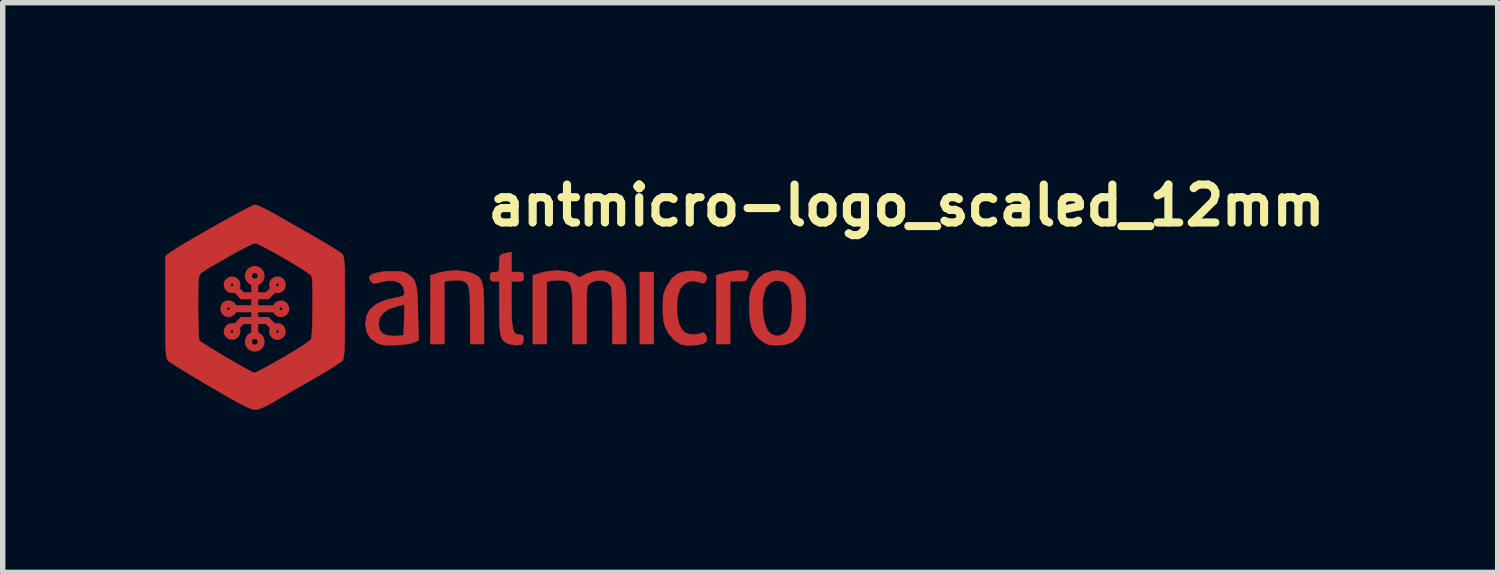
<source format=kicad_pcb>
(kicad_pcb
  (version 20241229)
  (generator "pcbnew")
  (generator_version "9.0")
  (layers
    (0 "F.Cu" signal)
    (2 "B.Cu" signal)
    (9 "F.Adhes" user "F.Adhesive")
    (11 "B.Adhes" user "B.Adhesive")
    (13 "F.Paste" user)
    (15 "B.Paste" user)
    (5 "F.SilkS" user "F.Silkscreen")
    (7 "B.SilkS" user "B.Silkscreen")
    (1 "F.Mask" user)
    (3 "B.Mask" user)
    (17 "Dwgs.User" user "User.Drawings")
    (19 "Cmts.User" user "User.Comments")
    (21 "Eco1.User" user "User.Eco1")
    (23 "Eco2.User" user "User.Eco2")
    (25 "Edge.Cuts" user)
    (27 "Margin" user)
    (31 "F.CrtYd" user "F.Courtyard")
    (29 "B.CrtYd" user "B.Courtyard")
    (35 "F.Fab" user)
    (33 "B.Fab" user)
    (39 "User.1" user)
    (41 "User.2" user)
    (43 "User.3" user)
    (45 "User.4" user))
  (footprint "antmicro-logo_scaled_12mm"
    (layer "F.Cu")
    (at 5.883 2.65)
    (property "Reference" "antmicro-logo_scaled_12mm" (at 0 -1.5 0) (layer "F.SilkS") (effects (font (size 0.7 0.7) (thickness 0.15)) (justify left bottom)))
    (attr board_only exclude_from_pos_files exclude_from_bom allow_missing_courtyard allow_soldermask_bridges)
    (fp_line (start -4.625 -0.002) (end -4.269 -0.002) (stroke (width 0.13) (type solid)) (layer "F.Cu"))
    (fp_line (start -4.46 -0.241) (end -4.587 -0.368) (stroke (width 0.13) (type solid)) (layer "F.Cu"))
    (fp_line (start -4.46 -0.241) (end -4.231 -0.241) (stroke (width 0.13) (type solid)) (layer "F.Cu"))
    (fp_line (start -4.46 0.216) (end -4.587 0.343) (stroke (width 0.13) (type solid)) (layer "F.Cu"))
    (fp_line (start -4.46 0.216) (end -4.231 0.216) (stroke (width 0.13) (type solid)) (layer "F.Cu"))
    (fp_line (start -4.231 -0.492) (end -4.231 0.496) (stroke (width 0.13) (type solid)) (layer "F.Cu"))
    (fp_line (start -4.002 -0.241) (end -4.231 -0.241) (stroke (width 0.13) (type solid)) (layer "F.Cu"))
    (fp_line (start -4.002 -0.241) (end -3.875 -0.368) (stroke (width 0.13) (type solid)) (layer "F.Cu"))
    (fp_line (start -4.002 0.216) (end -4.231 0.216) (stroke (width 0.13) (type solid)) (layer "F.Cu"))
    (fp_line (start -4.002 0.216) (end -3.875 0.343) (stroke (width 0.13) (type solid)) (layer "F.Cu"))
    (fp_line (start -3.837 0) (end -4.193 0) (stroke (width 0.13) (type solid)) (layer "F.Cu"))
    (fp_circle (center -4.714 -0.002) (end -4.625 -0.002) (stroke (width 0.13) (type solid)) (fill no) (layer "F.Cu"))
    (fp_circle (center -4.65 -0.444) (end -4.561 -0.444) (stroke (width 0.13) (type solid)) (fill no) (layer "F.Cu"))
    (fp_circle (center -4.65 0.419) (end -4.561 0.419) (stroke (width 0.13) (type solid)) (fill no) (layer "F.Cu"))
    (fp_circle (center -4.231 -0.609) (end -4.114 -0.609) (stroke (width 0.13) (type solid)) (fill no) (layer "F.Cu"))
    (fp_circle (center -4.231 0.607) (end -4.114 0.607) (stroke (width 0.13) (type solid)) (fill no) (layer "F.Cu"))
    (fp_circle (center -3.812 -0.444) (end -3.723 -0.444) (stroke (width 0.13) (type solid)) (fill no) (layer "F.Cu"))
    (fp_circle (center -3.812 0.419) (end -3.723 0.419) (stroke (width 0.13) (type solid)) (fill no) (layer "F.Cu"))
    (fp_circle (center -3.749 0) (end -3.66 0) (stroke (width 0.13) (type solid)) (fill no) (layer "F.Cu"))
    (fp_poly (pts (xy 3.132 0.649) (xy 2.878 0.649) (xy 2.878 -0.678) (xy 3.132 -0.678) (xy 3.132 0.649)) (stroke (width 0.01) (type solid)) (fill yes) (layer "F.Cu"))
    (fp_poly (pts (xy 4.835 -0.699) (xy 4.878 -0.681) (xy 4.882 -0.671) (xy 4.866 -0.57) (xy 4.82 -0.518) (xy 4.772 -0.51) (xy 4.684 -0.512) (xy 4.621 -0.511) (xy 4.543 -0.508) (xy 4.543 0.649) (xy 4.289 0.649) (xy 4.289 -0.619) (xy 4.436 -0.663) (xy 4.543 -0.687) (xy 4.654 -0.702) (xy 4.756 -0.706) (xy 4.835 -0.699)) (stroke (width 0.01) (type solid)) (fill yes) (layer "F.Cu"))
    (fp_poly (pts (xy -0.341 -0.69) (xy -0.208 -0.652) (xy -0.207 -0.651) (xy -0.141 -0.618) (xy -0.091 -0.58) (xy -0.055 -0.53) (xy -0.029 -0.46) (xy -0.013 -0.363) (xy -0.005 -0.23) (xy -0.001 -0.054) (xy 0 0.111) (xy 0 0.649) (xy -0.254 0.649) (xy -0.254 0.133) (xy -0.256 -0.07) (xy -0.26 -0.225) (xy -0.27 -0.337) (xy -0.286 -0.415) (xy -0.312 -0.466) (xy -0.349 -0.497) (xy -0.399 -0.517) (xy -0.424 -0.523) (xy -0.51 -0.53) (xy -0.609 -0.524) (xy -0.622 -0.523) (xy -0.734 -0.504) (xy -0.734 0.649) (xy -0.988 0.649) (xy -0.988 -0.619) (xy -0.842 -0.663) (xy -0.678 -0.696) (xy -0.504 -0.705) (xy -0.341 -0.69)) (stroke (width 0.01) (type solid)) (fill yes) (layer "F.Cu"))
    (fp_poly (pts (xy 3.995 -0.682) (xy 4.079 -0.647) (xy 4.112 -0.594) (xy 4.099 -0.526) (xy 4.075 -0.484) (xy 4.044 -0.471) (xy 3.987 -0.485) (xy 3.96 -0.494) (xy 3.871 -0.516) (xy 3.799 -0.508) (xy 3.77 -0.498) (xy 3.681 -0.446) (xy 3.62 -0.369) (xy 3.582 -0.259) (xy 3.562 -0.104) (xy 3.561 -0.086) (xy 3.564 0.106) (xy 3.594 0.264) (xy 3.65 0.381) (xy 3.705 0.437) (xy 3.791 0.47) (xy 3.897 0.477) (xy 3.994 0.457) (xy 4.008 0.451) (xy 4.056 0.439) (xy 4.09 0.476) (xy 4.091 0.477) (xy 4.118 0.556) (xy 4.096 0.61) (xy 4.031 0.646) (xy 3.943 0.665) (xy 3.832 0.674) (xy 3.724 0.671) (xy 3.643 0.658) (xy 3.64 0.656) (xy 3.516 0.581) (xy 3.412 0.461) (xy 3.369 0.383) (xy 3.334 0.298) (xy 3.314 0.211) (xy 3.304 0.105) (xy 3.302 -0.018) (xy 3.304 -0.149) (xy 3.312 -0.243) (xy 3.331 -0.318) (xy 3.364 -0.394) (xy 3.381 -0.428) (xy 3.472 -0.565) (xy 3.582 -0.652) (xy 3.718 -0.694) (xy 3.859 -0.699) (xy 3.995 -0.682)) (stroke (width 0.01) (type solid)) (fill yes) (layer "F.Cu"))
    (fp_poly (pts (xy 0.507 -0.678) (xy 0.62 -0.678) (xy 0.693 -0.674) (xy 0.725 -0.656) (xy 0.733 -0.611) (xy 0.733 -0.593) (xy 0.729 -0.539) (xy 0.705 -0.515) (xy 0.645 -0.509) (xy 0.62 -0.508) (xy 0.507 -0.508) (xy 0.507 -0.077) (xy 0.51 0.116) (xy 0.517 0.26) (xy 0.531 0.361) (xy 0.555 0.426) (xy 0.59 0.463) (xy 0.639 0.478) (xy 0.666 0.479) (xy 0.714 0.486) (xy 0.73 0.518) (xy 0.728 0.571) (xy 0.716 0.633) (xy 0.683 0.661) (xy 0.62 0.669) (xy 0.524 0.663) (xy 0.436 0.638) (xy 0.384 0.609) (xy 0.345 0.571) (xy 0.317 0.514) (xy 0.299 0.432) (xy 0.288 0.316) (xy 0.283 0.159) (xy 0.282 -0.03) (xy 0.282 -0.508) (xy 0.197 -0.508) (xy 0.137 -0.515) (xy 0.115 -0.548) (xy 0.112 -0.593) (xy 0.119 -0.653) (xy 0.152 -0.675) (xy 0.197 -0.678) (xy 0.246 -0.68) (xy 0.271 -0.698) (xy 0.28 -0.744) (xy 0.282 -0.831) (xy 0.284 -0.926) (xy 0.297 -0.979) (xy 0.331 -1.007) (xy 0.397 -1.026) (xy 0.416 -1.03) (xy 0.507 -1.049) (xy 0.507 -0.678)) (stroke (width 0.01) (type solid)) (fill yes) (layer "F.Cu"))
    (fp_poly (pts (xy 2.353 -0.672) (xy 2.481 -0.598) (xy 2.56 -0.511) (xy 2.583 -0.475) (xy 2.599 -0.437) (xy 2.61 -0.388) (xy 2.618 -0.32) (xy 2.622 -0.222) (xy 2.624 -0.088) (xy 2.624 0.093) (xy 2.624 0.117) (xy 2.624 0.649) (xy 2.37 0.649) (xy 2.37 0.139) (xy 2.369 -0.028) (xy 2.365 -0.178) (xy 2.359 -0.301) (xy 2.351 -0.386) (xy 2.343 -0.422) (xy 2.279 -0.487) (xy 2.185 -0.521) (xy 2.08 -0.522) (xy 1.98 -0.488) (xy 1.94 -0.46) (xy 1.922 -0.438) (xy 1.909 -0.405) (xy 1.901 -0.353) (xy 1.895 -0.272) (xy 1.892 -0.155) (xy 1.891 0.005) (xy 1.89 0.117) (xy 1.89 0.649) (xy 1.636 0.649) (xy 1.636 0.133) (xy 1.635 -0.07) (xy 1.631 -0.225) (xy 1.621 -0.337) (xy 1.605 -0.415) (xy 1.579 -0.466) (xy 1.542 -0.497) (xy 1.492 -0.517) (xy 1.466 -0.523) (xy 1.38 -0.53) (xy 1.282 -0.524) (xy 1.269 -0.523) (xy 1.157 -0.504) (xy 1.157 0.649) (xy 0.903 0.649) (xy 0.903 -0.62) (xy 1.061 -0.666) (xy 1.206 -0.695) (xy 1.358 -0.704) (xy 1.503 -0.693) (xy 1.622 -0.665) (xy 1.682 -0.634) (xy 1.758 -0.577) (xy 1.885 -0.642) (xy 2.044 -0.696) (xy 2.203 -0.705) (xy 2.353 -0.672)) (stroke (width 0.01) (type solid)) (fill yes) (layer "F.Cu"))
    (fp_poly (pts (xy 5.591 -0.68) (xy 5.731 -0.605) (xy 5.841 -0.487) (xy 5.869 -0.439) (xy 5.903 -0.365) (xy 5.924 -0.294) (xy 5.935 -0.209) (xy 5.94 -0.094) (xy 5.94 -0.015) (xy 5.938 0.125) (xy 5.93 0.227) (xy 5.914 0.305) (xy 5.886 0.377) (xy 5.874 0.401) (xy 5.794 0.529) (xy 5.696 0.612) (xy 5.568 0.657) (xy 5.447 0.671) (xy 5.333 0.672) (xy 5.253 0.66) (xy 5.184 0.63) (xy 5.165 0.618) (xy 5.058 0.538) (xy 4.982 0.444) (xy 4.933 0.326) (xy 4.907 0.175) (xy 4.9 0.019) (xy 5.141 0.019) (xy 5.157 0.168) (xy 5.191 0.3) (xy 5.239 0.403) (xy 5.299 0.463) (xy 5.381 0.499) (xy 5.449 0.5) (xy 5.528 0.466) (xy 5.597 0.414) (xy 5.644 0.334) (xy 5.672 0.218) (xy 5.685 0.058) (xy 5.686 -0.029) (xy 5.679 -0.204) (xy 5.657 -0.332) (xy 5.616 -0.422) (xy 5.553 -0.483) (xy 5.504 -0.508) (xy 5.397 -0.525) (xy 5.297 -0.491) (xy 5.217 -0.413) (xy 5.203 -0.388) (xy 5.162 -0.272) (xy 5.142 -0.131) (xy 5.141 0.019) (xy 4.9 0.019) (xy 4.899 -0.015) (xy 4.9 -0.155) (xy 4.907 -0.255) (xy 4.923 -0.329) (xy 4.949 -0.393) (xy 4.957 -0.41) (xy 5.057 -0.555) (xy 5.177 -0.65) (xy 5.322 -0.698) (xy 5.428 -0.706) (xy 5.591 -0.68)) (stroke (width 0.01) (type solid)) (fill yes) (layer "F.Cu"))
    (fp_poly (pts (xy -1.578 -0.689) (xy -1.494 -0.679) (xy -1.433 -0.659) (xy -1.393 -0.633) (xy -1.338 -0.588) (xy -1.296 -0.538) (xy -1.266 -0.476) (xy -1.246 -0.392) (xy -1.232 -0.278) (xy -1.224 -0.125) (xy -1.219 0.075) (xy -1.219 0.086) (xy -1.21 0.581) (xy -1.289 0.619) (xy -1.354 0.638) (xy -1.456 0.655) (xy -1.578 0.666) (xy -1.623 0.669) (xy -1.758 0.672) (xy -1.852 0.667) (xy -1.922 0.652) (xy -1.974 0.629) (xy -2.092 0.544) (xy -2.161 0.435) (xy -2.187 0.293) (xy -2.187 0.286) (xy -1.948 0.286) (xy -1.926 0.392) (xy -1.861 0.463) (xy -1.751 0.498) (xy -1.639 0.502) (xy -1.482 0.493) (xy -1.466 -0.08) (xy -1.583 -0.053) (xy -1.748 -0.001) (xy -1.862 0.073) (xy -1.928 0.17) (xy -1.948 0.286) (xy -2.187 0.286) (xy -2.188 0.268) (xy -2.164 0.121) (xy -2.094 0.001) (xy -1.974 -0.094) (xy -1.805 -0.164) (xy -1.644 -0.201) (xy -1.548 -0.22) (xy -1.495 -0.239) (xy -1.472 -0.265) (xy -1.468 -0.302) (xy -1.491 -0.407) (xy -1.556 -0.48) (xy -1.659 -0.517) (xy -1.794 -0.517) (xy -1.891 -0.497) (xy -1.981 -0.475) (xy -2.033 -0.469) (xy -2.064 -0.482) (xy -2.082 -0.501) (xy -2.111 -0.555) (xy -2.117 -0.581) (xy -2.091 -0.621) (xy -2.017 -0.655) (xy -1.904 -0.679) (xy -1.763 -0.691) (xy -1.703 -0.692) (xy -1.578 -0.689)) (stroke (width 0.01) (type solid)) (fill yes) (layer "F.Cu"))
    (fp_poly (pts (xy -4.178 -1.906) (xy -4.093 -1.869) (xy -3.982 -1.813) (xy -3.857 -1.744) (xy -3.837 -1.733) (xy -3.695 -1.651) (xy -3.521 -1.552) (xy -3.336 -1.446) (xy -3.156 -1.344) (xy -3.091 -1.306) (xy -2.948 -1.224) (xy -2.82 -1.146) (xy -2.715 -1.08) (xy -2.644 -1.032) (xy -2.618 -1.01) (xy -2.604 -0.99) (xy -2.594 -0.962) (xy -2.585 -0.918) (xy -2.579 -0.854) (xy -2.574 -0.763) (xy -2.571 -0.639) (xy -2.57 -0.476) (xy -2.569 -0.268) (xy -2.569 -0.032) (xy -2.569 0.229) (xy -2.57 0.439) (xy -2.573 0.605) (xy -2.577 0.73) (xy -2.582 0.822) (xy -2.59 0.885) (xy -2.599 0.926) (xy -2.61 0.949) (xy -2.646 0.98) (xy -2.724 1.034) (xy -2.834 1.105) (xy -2.969 1.186) (xy -3.119 1.274) (xy -3.129 1.28) (xy -3.301 1.378) (xy -3.476 1.478) (xy -3.641 1.574) (xy -3.783 1.656) (xy -3.87 1.707) (xy -4.011 1.787) (xy -4.117 1.835) (xy -4.196 1.858) (xy -4.232 1.86) (xy -4.276 1.852) (xy -4.341 1.828) (xy -4.432 1.785) (xy -4.554 1.721) (xy -4.712 1.633) (xy -4.909 1.519) (xy -5.052 1.436) (xy -5.237 1.326) (xy -5.408 1.224) (xy -5.559 1.133) (xy -5.682 1.056) (xy -5.771 0.999) (xy -5.82 0.965) (xy -5.825 0.96) (xy -5.84 0.943) (xy -5.852 0.919) (xy -5.861 0.883) (xy -5.868 0.828) (xy -5.872 0.749) (xy -5.876 0.64) (xy -5.877 0.495) (xy -5.878 0.307) (xy -5.878 0.071) (xy -5.878 -0.031) (xy -5.278 -0.031) (xy -5.276 0.145) (xy -5.274 0.304) (xy -5.269 0.435) (xy -5.264 0.53) (xy -5.257 0.579) (xy -5.256 0.584) (xy -5.225 0.609) (xy -5.154 0.656) (xy -5.052 0.72) (xy -4.928 0.795) (xy -4.793 0.876) (xy -4.654 0.958) (xy -4.521 1.034) (xy -4.403 1.1) (xy -4.311 1.149) (xy -4.252 1.178) (xy -4.237 1.182) (xy -4.202 1.17) (xy -4.126 1.132) (xy -4.017 1.075) (xy -3.884 1.001) (xy -3.735 0.916) (xy -3.708 0.9) (xy -3.556 0.811) (xy -3.421 0.727) (xy -3.31 0.655) (xy -3.23 0.6) (xy -3.191 0.566) (xy -3.189 0.563) (xy -3.181 0.521) (xy -3.174 0.432) (xy -3.169 0.31) (xy -3.165 0.163) (xy -3.162 0.004) (xy -3.161 -0.157) (xy -3.162 -0.308) (xy -3.165 -0.44) (xy -3.17 -0.54) (xy -3.177 -0.598) (xy -3.178 -0.604) (xy -3.208 -0.633) (xy -3.278 -0.683) (xy -3.38 -0.749) (xy -3.504 -0.826) (xy -3.642 -0.908) (xy -3.783 -0.989) (xy -3.92 -1.066) (xy -4.042 -1.131) (xy -4.141 -1.181) (xy -4.207 -1.209) (xy -4.227 -1.214) (xy -4.267 -1.2) (xy -4.346 -1.163) (xy -4.454 -1.108) (xy -4.583 -1.039) (xy -4.721 -0.963) (xy -4.86 -0.884) (xy -4.99 -0.808) (xy -5.102 -0.741) (xy -5.186 -0.687) (xy -5.229 -0.656) (xy -5.245 -0.636) (xy -5.258 -0.605) (xy -5.267 -0.555) (xy -5.273 -0.479) (xy -5.276 -0.369) (xy -5.277 -0.217) (xy -5.278 -0.031) (xy -5.878 -0.031) (xy -5.878 -0.032) (xy -5.878 -0.971) (xy -5.811 -1.025) (xy -5.754 -1.065) (xy -5.659 -1.125) (xy -5.534 -1.2) (xy -5.386 -1.288) (xy -5.221 -1.383) (xy -5.049 -1.482) (xy -4.875 -1.58) (xy -4.708 -1.673) (xy -4.554 -1.757) (xy -4.422 -1.827) (xy -4.318 -1.881) (xy -4.25 -1.912) (xy -4.227 -1.92) (xy -4.178 -1.906)) (stroke (width 0.01) (type solid)) (fill yes) (layer "F.Cu"))
    (fp_line (start -4.625 -0.002) (end -4.269 -0.002) (stroke (width 0.13) (type solid)) (layer "F.Mask"))
    (fp_line (start -4.46 -0.241) (end -4.587 -0.368) (stroke (width 0.13) (type solid)) (layer "F.Mask"))
    (fp_line (start -4.46 -0.241) (end -4.231 -0.241) (stroke (width 0.13) (type solid)) (layer "F.Mask"))
    (fp_line (start -4.46 0.216) (end -4.587 0.343) (stroke (width 0.13) (type solid)) (layer "F.Mask"))
    (fp_line (start -4.46 0.216) (end -4.231 0.216) (stroke (width 0.13) (type solid)) (layer "F.Mask"))
    (fp_line (start -4.231 -0.492) (end -4.231 0.496) (stroke (width 0.13) (type solid)) (layer "F.Mask"))
    (fp_line (start -4.002 -0.241) (end -4.231 -0.241) (stroke (width 0.13) (type solid)) (layer "F.Mask"))
    (fp_line (start -4.002 -0.241) (end -3.875 -0.368) (stroke (width 0.13) (type solid)) (layer "F.Mask"))
    (fp_line (start -4.002 0.216) (end -4.231 0.216) (stroke (width 0.13) (type solid)) (layer "F.Mask"))
    (fp_line (start -4.002 0.216) (end -3.875 0.343) (stroke (width 0.13) (type solid)) (layer "F.Mask"))
    (fp_line (start -3.837 0) (end -4.193 0) (stroke (width 0.13) (type solid)) (layer "F.Mask"))
    (fp_circle (center -4.714 -0.002) (end -4.625 -0.002) (stroke (width 0.13) (type solid)) (fill no) (layer "F.Mask"))
    (fp_circle (center -4.65 -0.444) (end -4.561 -0.444) (stroke (width 0.13) (type solid)) (fill no) (layer "F.Mask"))
    (fp_circle (center -4.65 0.419) (end -4.561 0.419) (stroke (width 0.13) (type solid)) (fill no) (layer "F.Mask"))
    (fp_circle (center -4.231 -0.609) (end -4.114 -0.609) (stroke (width 0.13) (type solid)) (fill no) (layer "F.Mask"))
    (fp_circle (center -4.231 0.607) (end -4.114 0.607) (stroke (width 0.13) (type solid)) (fill no) (layer "F.Mask"))
    (fp_circle (center -3.812 -0.444) (end -3.723 -0.444) (stroke (width 0.13) (type solid)) (fill no) (layer "F.Mask"))
    (fp_circle (center -3.812 0.419) (end -3.723 0.419) (stroke (width 0.13) (type solid)) (fill no) (layer "F.Mask"))
    (fp_circle (center -3.748 0) (end -3.66 0) (stroke (width 0.13) (type solid)) (fill no) (layer "F.Mask"))
    (fp_poly (pts (xy 3.132 0.649) (xy 2.878 0.649) (xy 2.878 -0.678) (xy 3.132 -0.678) (xy 3.132 0.649)) (stroke (width 0.01) (type solid)) (fill yes) (layer "F.Mask"))
    (fp_poly (pts (xy 4.835 -0.699) (xy 4.878 -0.681) (xy 4.882 -0.671) (xy 4.866 -0.57) (xy 4.82 -0.518) (xy 4.772 -0.51) (xy 4.684 -0.512) (xy 4.621 -0.511) (xy 4.543 -0.508) (xy 4.543 0.649) (xy 4.289 0.649) (xy 4.289 -0.619) (xy 4.436 -0.663) (xy 4.543 -0.687) (xy 4.654 -0.702) (xy 4.756 -0.706) (xy 4.835 -0.699)) (stroke (width 0.01) (type solid)) (fill yes) (layer "F.Mask"))
    (fp_poly (pts (xy -0.341 -0.69) (xy -0.208 -0.652) (xy -0.207 -0.651) (xy -0.141 -0.618) (xy -0.091 -0.58) (xy -0.055 -0.53) (xy -0.029 -0.46) (xy -0.013 -0.363) (xy -0.005 -0.23) (xy -0.001 -0.054) (xy 0 0.111) (xy 0 0.649) (xy -0.254 0.649) (xy -0.254 0.133) (xy -0.256 -0.07) (xy -0.26 -0.225) (xy -0.27 -0.337) (xy -0.286 -0.415) (xy -0.312 -0.466) (xy -0.349 -0.497) (xy -0.399 -0.517) (xy -0.424 -0.523) (xy -0.51 -0.53) (xy -0.609 -0.524) (xy -0.622 -0.523) (xy -0.734 -0.504) (xy -0.734 0.649) (xy -0.988 0.649) (xy -0.988 -0.619) (xy -0.842 -0.663) (xy -0.678 -0.696) (xy -0.504 -0.705) (xy -0.341 -0.69)) (stroke (width 0.01) (type solid)) (fill yes) (layer "F.Mask"))
    (fp_poly (pts (xy 3.995 -0.682) (xy 4.079 -0.647) (xy 4.112 -0.594) (xy 4.099 -0.526) (xy 4.075 -0.484) (xy 4.044 -0.471) (xy 3.987 -0.485) (xy 3.96 -0.494) (xy 3.871 -0.516) (xy 3.799 -0.508) (xy 3.77 -0.498) (xy 3.681 -0.446) (xy 3.62 -0.369) (xy 3.582 -0.259) (xy 3.562 -0.104) (xy 3.561 -0.086) (xy 3.564 0.106) (xy 3.594 0.264) (xy 3.65 0.381) (xy 3.705 0.437) (xy 3.791 0.47) (xy 3.897 0.477) (xy 3.994 0.457) (xy 4.008 0.451) (xy 4.056 0.439) (xy 4.09 0.476) (xy 4.091 0.477) (xy 4.118 0.556) (xy 4.096 0.61) (xy 4.031 0.646) (xy 3.943 0.665) (xy 3.832 0.674) (xy 3.724 0.671) (xy 3.643 0.658) (xy 3.64 0.656) (xy 3.516 0.581) (xy 3.412 0.461) (xy 3.369 0.383) (xy 3.334 0.298) (xy 3.314 0.211) (xy 3.304 0.105) (xy 3.302 -0.018) (xy 3.304 -0.149) (xy 3.312 -0.243) (xy 3.331 -0.318) (xy 3.364 -0.394) (xy 3.381 -0.428) (xy 3.472 -0.565) (xy 3.582 -0.652) (xy 3.718 -0.694) (xy 3.859 -0.699) (xy 3.995 -0.682)) (stroke (width 0.01) (type solid)) (fill yes) (layer "F.Mask"))
    (fp_poly (pts (xy 0.507 -0.678) (xy 0.62 -0.678) (xy 0.693 -0.674) (xy 0.725 -0.656) (xy 0.733 -0.611) (xy 0.733 -0.593) (xy 0.729 -0.539) (xy 0.705 -0.515) (xy 0.645 -0.509) (xy 0.62 -0.508) (xy 0.507 -0.508) (xy 0.507 -0.077) (xy 0.51 0.116) (xy 0.517 0.26) (xy 0.531 0.361) (xy 0.555 0.426) (xy 0.59 0.463) (xy 0.639 0.478) (xy 0.666 0.479) (xy 0.714 0.486) (xy 0.73 0.518) (xy 0.728 0.571) (xy 0.716 0.633) (xy 0.683 0.661) (xy 0.62 0.669) (xy 0.524 0.663) (xy 0.436 0.638) (xy 0.384 0.609) (xy 0.345 0.571) (xy 0.317 0.514) (xy 0.299 0.432) (xy 0.288 0.316) (xy 0.283 0.159) (xy 0.282 -0.03) (xy 0.282 -0.508) (xy 0.197 -0.508) (xy 0.137 -0.515) (xy 0.115 -0.548) (xy 0.112 -0.593) (xy 0.119 -0.653) (xy 0.152 -0.675) (xy 0.197 -0.678) (xy 0.246 -0.68) (xy 0.271 -0.698) (xy 0.28 -0.744) (xy 0.282 -0.831) (xy 0.284 -0.926) (xy 0.297 -0.979) (xy 0.331 -1.007) (xy 0.397 -1.026) (xy 0.416 -1.03) (xy 0.507 -1.049) (xy 0.507 -0.678)) (stroke (width 0.01) (type solid)) (fill yes) (layer "F.Mask"))
    (fp_poly (pts (xy 2.353 -0.672) (xy 2.481 -0.598) (xy 2.56 -0.511) (xy 2.583 -0.475) (xy 2.599 -0.437) (xy 2.61 -0.388) (xy 2.618 -0.32) (xy 2.622 -0.222) (xy 2.624 -0.088) (xy 2.624 0.093) (xy 2.624 0.117) (xy 2.624 0.649) (xy 2.37 0.649) (xy 2.37 0.139) (xy 2.369 -0.028) (xy 2.365 -0.178) (xy 2.359 -0.301) (xy 2.351 -0.386) (xy 2.343 -0.422) (xy 2.279 -0.487) (xy 2.185 -0.521) (xy 2.08 -0.522) (xy 1.98 -0.488) (xy 1.94 -0.46) (xy 1.922 -0.438) (xy 1.909 -0.405) (xy 1.901 -0.353) (xy 1.895 -0.272) (xy 1.892 -0.155) (xy 1.891 0.005) (xy 1.89 0.117) (xy 1.89 0.649) (xy 1.636 0.649) (xy 1.636 0.133) (xy 1.635 -0.07) (xy 1.631 -0.225) (xy 1.621 -0.337) (xy 1.605 -0.415) (xy 1.579 -0.466) (xy 1.542 -0.497) (xy 1.492 -0.517) (xy 1.466 -0.523) (xy 1.38 -0.53) (xy 1.282 -0.524) (xy 1.269 -0.523) (xy 1.157 -0.504) (xy 1.157 0.649) (xy 0.903 0.649) (xy 0.903 -0.62) (xy 1.061 -0.666) (xy 1.206 -0.695) (xy 1.358 -0.704) (xy 1.503 -0.693) (xy 1.622 -0.665) (xy 1.682 -0.634) (xy 1.758 -0.577) (xy 1.885 -0.642) (xy 2.044 -0.696) (xy 2.203 -0.705) (xy 2.353 -0.672)) (stroke (width 0.01) (type solid)) (fill yes) (layer "F.Mask"))
    (fp_poly (pts (xy 5.591 -0.68) (xy 5.731 -0.605) (xy 5.841 -0.487) (xy 5.869 -0.439) (xy 5.903 -0.365) (xy 5.924 -0.294) (xy 5.935 -0.209) (xy 5.94 -0.094) (xy 5.94 -0.015) (xy 5.938 0.125) (xy 5.93 0.227) (xy 5.914 0.305) (xy 5.886 0.377) (xy 5.874 0.401) (xy 5.794 0.529) (xy 5.696 0.612) (xy 5.568 0.657) (xy 5.447 0.671) (xy 5.333 0.672) (xy 5.253 0.66) (xy 5.184 0.63) (xy 5.165 0.618) (xy 5.058 0.538) (xy 4.982 0.444) (xy 4.933 0.326) (xy 4.907 0.175) (xy 4.9 0.019) (xy 5.141 0.019) (xy 5.157 0.168) (xy 5.191 0.3) (xy 5.239 0.403) (xy 5.299 0.463) (xy 5.381 0.499) (xy 5.449 0.5) (xy 5.528 0.466) (xy 5.597 0.414) (xy 5.644 0.334) (xy 5.672 0.218) (xy 5.685 0.058) (xy 5.686 -0.029) (xy 5.679 -0.204) (xy 5.657 -0.332) (xy 5.616 -0.422) (xy 5.553 -0.483) (xy 5.504 -0.508) (xy 5.397 -0.525) (xy 5.297 -0.491) (xy 5.217 -0.413) (xy 5.203 -0.388) (xy 5.162 -0.272) (xy 5.142 -0.131) (xy 5.141 0.019) (xy 4.9 0.019) (xy 4.899 -0.015) (xy 4.9 -0.155) (xy 4.907 -0.255) (xy 4.923 -0.329) (xy 4.949 -0.393) (xy 4.957 -0.41) (xy 5.057 -0.555) (xy 5.177 -0.65) (xy 5.322 -0.698) (xy 5.428 -0.706) (xy 5.591 -0.68)) (stroke (width 0.01) (type solid)) (fill yes) (layer "F.Mask"))
    (fp_poly (pts (xy -1.578 -0.689) (xy -1.494 -0.679) (xy -1.433 -0.659) (xy -1.393 -0.633) (xy -1.338 -0.588) (xy -1.296 -0.538) (xy -1.266 -0.476) (xy -1.246 -0.392) (xy -1.232 -0.278) (xy -1.224 -0.125) (xy -1.219 0.075) (xy -1.219 0.086) (xy -1.21 0.581) (xy -1.289 0.619) (xy -1.354 0.638) (xy -1.456 0.655) (xy -1.578 0.666) (xy -1.623 0.669) (xy -1.758 0.672) (xy -1.852 0.667) (xy -1.922 0.652) (xy -1.974 0.629) (xy -2.092 0.544) (xy -2.161 0.435) (xy -2.187 0.293) (xy -2.187 0.286) (xy -1.948 0.286) (xy -1.926 0.392) (xy -1.861 0.463) (xy -1.751 0.498) (xy -1.639 0.502) (xy -1.482 0.493) (xy -1.466 -0.08) (xy -1.583 -0.053) (xy -1.748 -0.001) (xy -1.862 0.073) (xy -1.928 0.17) (xy -1.948 0.286) (xy -2.187 0.286) (xy -2.188 0.268) (xy -2.164 0.121) (xy -2.094 0.001) (xy -1.974 -0.094) (xy -1.805 -0.164) (xy -1.644 -0.201) (xy -1.548 -0.22) (xy -1.495 -0.239) (xy -1.472 -0.265) (xy -1.468 -0.302) (xy -1.491 -0.407) (xy -1.556 -0.48) (xy -1.659 -0.517) (xy -1.794 -0.517) (xy -1.891 -0.497) (xy -1.981 -0.475) (xy -2.033 -0.469) (xy -2.064 -0.482) (xy -2.082 -0.501) (xy -2.111 -0.555) (xy -2.117 -0.581) (xy -2.091 -0.621) (xy -2.017 -0.655) (xy -1.904 -0.679) (xy -1.763 -0.691) (xy -1.703 -0.692) (xy -1.578 -0.689)) (stroke (width 0.01) (type solid)) (fill yes) (layer "F.Mask"))
    (fp_poly (pts (xy -4.178 -1.906) (xy -4.093 -1.869) (xy -3.982 -1.813) (xy -3.857 -1.744) (xy -3.837 -1.733) (xy -3.695 -1.651) (xy -3.521 -1.552) (xy -3.336 -1.446) (xy -3.156 -1.344) (xy -3.091 -1.306) (xy -2.948 -1.224) (xy -2.82 -1.146) (xy -2.715 -1.08) (xy -2.644 -1.032) (xy -2.618 -1.01) (xy -2.604 -0.99) (xy -2.594 -0.962) (xy -2.585 -0.918) (xy -2.579 -0.854) (xy -2.574 -0.763) (xy -2.571 -0.639) (xy -2.57 -0.476) (xy -2.569 -0.268) (xy -2.569 -0.032) (xy -2.569 0.229) (xy -2.57 0.439) (xy -2.573 0.605) (xy -2.577 0.73) (xy -2.582 0.822) (xy -2.59 0.885) (xy -2.599 0.926) (xy -2.61 0.949) (xy -2.646 0.98) (xy -2.724 1.034) (xy -2.834 1.105) (xy -2.969 1.186) (xy -3.119 1.274) (xy -3.129 1.28) (xy -3.301 1.378) (xy -3.476 1.478) (xy -3.641 1.574) (xy -3.783 1.656) (xy -3.87 1.707) (xy -4.011 1.787) (xy -4.117 1.835) (xy -4.196 1.858) (xy -4.232 1.86) (xy -4.276 1.852) (xy -4.341 1.828) (xy -4.432 1.785) (xy -4.554 1.721) (xy -4.712 1.633) (xy -4.909 1.519) (xy -5.052 1.436) (xy -5.237 1.326) (xy -5.408 1.224) (xy -5.559 1.133) (xy -5.682 1.056) (xy -5.771 0.999) (xy -5.82 0.965) (xy -5.825 0.96) (xy -5.84 0.943) (xy -5.852 0.919) (xy -5.861 0.883) (xy -5.868 0.828) (xy -5.872 0.749) (xy -5.876 0.64) (xy -5.877 0.495) (xy -5.878 0.307) (xy -5.878 0.071) (xy -5.878 -0.031) (xy -5.278 -0.031) (xy -5.276 0.145) (xy -5.274 0.304) (xy -5.269 0.435) (xy -5.264 0.53) (xy -5.257 0.579) (xy -5.256 0.584) (xy -5.225 0.609) (xy -5.154 0.656) (xy -5.052 0.72) (xy -4.928 0.795) (xy -4.793 0.876) (xy -4.654 0.958) (xy -4.521 1.034) (xy -4.403 1.1) (xy -4.311 1.149) (xy -4.252 1.178) (xy -4.237 1.182) (xy -4.202 1.17) (xy -4.126 1.132) (xy -4.017 1.075) (xy -3.884 1.001) (xy -3.735 0.916) (xy -3.708 0.9) (xy -3.556 0.811) (xy -3.421 0.727) (xy -3.31 0.655) (xy -3.23 0.6) (xy -3.191 0.566) (xy -3.189 0.563) (xy -3.181 0.521) (xy -3.174 0.432) (xy -3.169 0.31) (xy -3.165 0.163) (xy -3.162 0.004) (xy -3.161 -0.157) (xy -3.162 -0.308) (xy -3.165 -0.44) (xy -3.17 -0.54) (xy -3.177 -0.598) (xy -3.178 -0.604) (xy -3.208 -0.633) (xy -3.278 -0.683) (xy -3.38 -0.749) (xy -3.504 -0.826) (xy -3.642 -0.908) (xy -3.783 -0.989) (xy -3.92 -1.066) (xy -4.042 -1.131) (xy -4.141 -1.181) (xy -4.207 -1.209) (xy -4.227 -1.214) (xy -4.267 -1.2) (xy -4.346 -1.163) (xy -4.454 -1.108) (xy -4.583 -1.039) (xy -4.721 -0.963) (xy -4.86 -0.884) (xy -4.99 -0.808) (xy -5.102 -0.741) (xy -5.186 -0.687) (xy -5.229 -0.656) (xy -5.245 -0.636) (xy -5.258 -0.605) (xy -5.267 -0.555) (xy -5.273 -0.479) (xy -5.276 -0.369) (xy -5.277 -0.217) (xy -5.278 -0.031) (xy -5.878 -0.031) (xy -5.878 -0.032) (xy -5.878 -0.971) (xy -5.811 -1.025) (xy -5.754 -1.065) (xy -5.659 -1.125) (xy -5.534 -1.2) (xy -5.386 -1.288) (xy -5.221 -1.383) (xy -5.049 -1.482) (xy -4.875 -1.58) (xy -4.708 -1.673) (xy -4.554 -1.757) (xy -4.422 -1.827) (xy -4.318 -1.881) (xy -4.25 -1.912) (xy -4.227 -1.92) (xy -4.178 -1.906)) (stroke (width 0.01) (type solid)) (fill yes) (layer "F.Mask")))
  (gr_rect
    (start -3 -3)
    (end 24.593 7.515)
    (stroke (width 0.1) (type default))
    (fill no)
    (layer "Edge.Cuts")))
</source>
